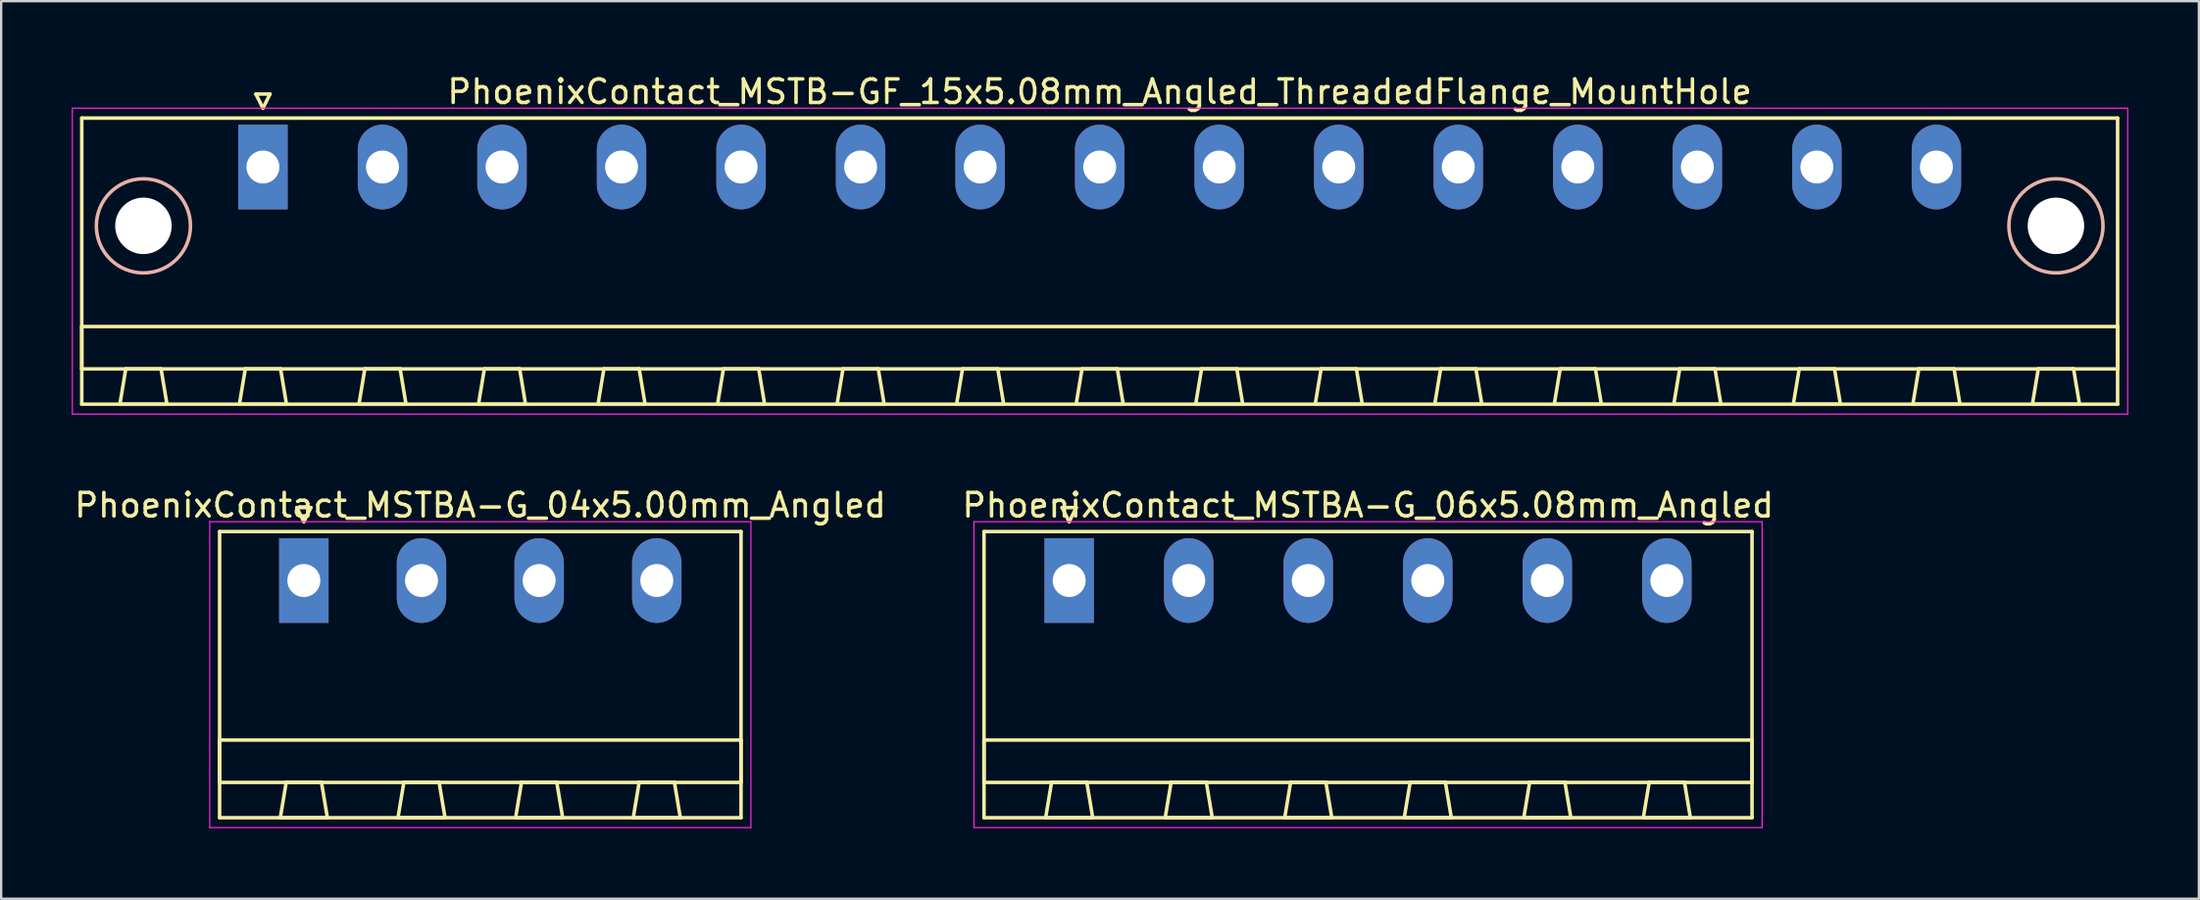
<source format=kicad_pcb>
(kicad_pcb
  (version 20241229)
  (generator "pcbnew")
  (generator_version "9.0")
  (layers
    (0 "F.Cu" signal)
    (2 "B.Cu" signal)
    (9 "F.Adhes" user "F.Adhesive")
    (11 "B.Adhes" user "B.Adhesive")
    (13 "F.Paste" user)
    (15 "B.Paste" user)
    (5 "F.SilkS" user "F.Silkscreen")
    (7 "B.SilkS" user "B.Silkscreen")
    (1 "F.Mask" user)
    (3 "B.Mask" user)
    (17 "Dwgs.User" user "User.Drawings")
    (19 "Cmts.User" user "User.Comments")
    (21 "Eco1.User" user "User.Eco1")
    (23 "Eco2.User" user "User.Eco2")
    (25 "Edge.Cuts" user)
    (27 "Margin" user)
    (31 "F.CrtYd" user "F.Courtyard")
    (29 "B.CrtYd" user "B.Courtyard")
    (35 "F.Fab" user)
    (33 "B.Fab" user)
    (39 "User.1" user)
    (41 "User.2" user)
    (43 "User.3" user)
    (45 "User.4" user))
  (footprint "PhoenixContact_MSTB-GF_15x5.08mm_Angled_ThreadedFlange_MountHole"
    (layer "F.Cu")
    (at 8.125 4.048)
    (property "Reference" "PhoenixContact_MSTB-GF_15x5.08mm_Angled_ThreadedFlange_MountHole" (at 35.56 -3.2 0) (layer "F.SilkS") (effects (font (size 1 1) (thickness 0.15))))
    (attr through_hole)
    (fp_line (start -7.7 -2.08) (end -7.7 10.08) (stroke (width 0.15) (type solid)) (layer "F.SilkS"))
    (fp_line (start -7.7 6.78) (end 78.82 6.78) (stroke (width 0.15) (type solid)) (layer "F.SilkS"))
    (fp_line (start -7.7 8.58) (end -7.7 6.78) (stroke (width 0.15) (type solid)) (layer "F.SilkS"))
    (fp_line (start -7.7 10.08) (end 78.82 10.08) (stroke (width 0.15) (type solid)) (layer "F.SilkS"))
    (fp_line (start -6.08 10.08) (end -4.08 10.08) (stroke (width 0.15) (type solid)) (layer "F.SilkS"))
    (fp_line (start -5.83 8.58) (end -6.08 10.08) (stroke (width 0.15) (type solid)) (layer "F.SilkS"))
    (fp_line (start -4.33 8.58) (end -5.83 8.58) (stroke (width 0.15) (type solid)) (layer "F.SilkS"))
    (fp_line (start -4.08 10.08) (end -4.33 8.58) (stroke (width 0.15) (type solid)) (layer "F.SilkS"))
    (fp_line (start -1 10.08) (end 1 10.08) (stroke (width 0.15) (type solid)) (layer "F.SilkS"))
    (fp_line (start -0.75 8.58) (end -1 10.08) (stroke (width 0.15) (type solid)) (layer "F.SilkS"))
    (fp_line (start -0.3 -3.1) (end 0 -2.5) (stroke (width 0.15) (type solid)) (layer "F.SilkS"))
    (fp_line (start 0 -2.5) (end 0.3 -3.1) (stroke (width 0.15) (type solid)) (layer "F.SilkS"))
    (fp_line (start 0.3 -3.1) (end -0.3 -3.1) (stroke (width 0.15) (type solid)) (layer "F.SilkS"))
    (fp_line (start 0.75 8.58) (end -0.75 8.58) (stroke (width 0.15) (type solid)) (layer "F.SilkS"))
    (fp_line (start 1 10.08) (end 0.75 8.58) (stroke (width 0.15) (type solid)) (layer "F.SilkS"))
    (fp_line (start 4.08 10.08) (end 6.08 10.08) (stroke (width 0.15) (type solid)) (layer "F.SilkS"))
    (fp_line (start 4.33 8.58) (end 4.08 10.08) (stroke (width 0.15) (type solid)) (layer "F.SilkS"))
    (fp_line (start 5.83 8.58) (end 4.33 8.58) (stroke (width 0.15) (type solid)) (layer "F.SilkS"))
    (fp_line (start 6.08 10.08) (end 5.83 8.58) (stroke (width 0.15) (type solid)) (layer "F.SilkS"))
    (fp_line (start 9.16 10.08) (end 11.16 10.08) (stroke (width 0.15) (type solid)) (layer "F.SilkS"))
    (fp_line (start 9.41 8.58) (end 9.16 10.08) (stroke (width 0.15) (type solid)) (layer "F.SilkS"))
    (fp_line (start 10.91 8.58) (end 9.41 8.58) (stroke (width 0.15) (type solid)) (layer "F.SilkS"))
    (fp_line (start 11.16 10.08) (end 10.91 8.58) (stroke (width 0.15) (type solid)) (layer "F.SilkS"))
    (fp_line (start 14.24 10.08) (end 16.24 10.08) (stroke (width 0.15) (type solid)) (layer "F.SilkS"))
    (fp_line (start 14.49 8.58) (end 14.24 10.08) (stroke (width 0.15) (type solid)) (layer "F.SilkS"))
    (fp_line (start 15.99 8.58) (end 14.49 8.58) (stroke (width 0.15) (type solid)) (layer "F.SilkS"))
    (fp_line (start 16.24 10.08) (end 15.99 8.58) (stroke (width 0.15) (type solid)) (layer "F.SilkS"))
    (fp_line (start 19.32 10.08) (end 21.32 10.08) (stroke (width 0.15) (type solid)) (layer "F.SilkS"))
    (fp_line (start 19.57 8.58) (end 19.32 10.08) (stroke (width 0.15) (type solid)) (layer "F.SilkS"))
    (fp_line (start 21.07 8.58) (end 19.57 8.58) (stroke (width 0.15) (type solid)) (layer "F.SilkS"))
    (fp_line (start 21.32 10.08) (end 21.07 8.58) (stroke (width 0.15) (type solid)) (layer "F.SilkS"))
    (fp_line (start 24.4 10.08) (end 26.4 10.08) (stroke (width 0.15) (type solid)) (layer "F.SilkS"))
    (fp_line (start 24.65 8.58) (end 24.4 10.08) (stroke (width 0.15) (type solid)) (layer "F.SilkS"))
    (fp_line (start 26.15 8.58) (end 24.65 8.58) (stroke (width 0.15) (type solid)) (layer "F.SilkS"))
    (fp_line (start 26.4 10.08) (end 26.15 8.58) (stroke (width 0.15) (type solid)) (layer "F.SilkS"))
    (fp_line (start 29.48 10.08) (end 31.48 10.08) (stroke (width 0.15) (type solid)) (layer "F.SilkS"))
    (fp_line (start 29.73 8.58) (end 29.48 10.08) (stroke (width 0.15) (type solid)) (layer "F.SilkS"))
    (fp_line (start 31.23 8.58) (end 29.73 8.58) (stroke (width 0.15) (type solid)) (layer "F.SilkS"))
    (fp_line (start 31.48 10.08) (end 31.23 8.58) (stroke (width 0.15) (type solid)) (layer "F.SilkS"))
    (fp_line (start 34.56 10.08) (end 36.56 10.08) (stroke (width 0.15) (type solid)) (layer "F.SilkS"))
    (fp_line (start 34.81 8.58) (end 34.56 10.08) (stroke (width 0.15) (type solid)) (layer "F.SilkS"))
    (fp_line (start 36.31 8.58) (end 34.81 8.58) (stroke (width 0.15) (type solid)) (layer "F.SilkS"))
    (fp_line (start 36.56 10.08) (end 36.31 8.58) (stroke (width 0.15) (type solid)) (layer "F.SilkS"))
    (fp_line (start 39.64 10.08) (end 41.64 10.08) (stroke (width 0.15) (type solid)) (layer "F.SilkS"))
    (fp_line (start 39.89 8.58) (end 39.64 10.08) (stroke (width 0.15) (type solid)) (layer "F.SilkS"))
    (fp_line (start 41.39 8.58) (end 39.89 8.58) (stroke (width 0.15) (type solid)) (layer "F.SilkS"))
    (fp_line (start 41.64 10.08) (end 41.39 8.58) (stroke (width 0.15) (type solid)) (layer "F.SilkS"))
    (fp_line (start 44.72 10.08) (end 46.72 10.08) (stroke (width 0.15) (type solid)) (layer "F.SilkS"))
    (fp_line (start 44.97 8.58) (end 44.72 10.08) (stroke (width 0.15) (type solid)) (layer "F.SilkS"))
    (fp_line (start 46.47 8.58) (end 44.97 8.58) (stroke (width 0.15) (type solid)) (layer "F.SilkS"))
    (fp_line (start 46.72 10.08) (end 46.47 8.58) (stroke (width 0.15) (type solid)) (layer "F.SilkS"))
    (fp_line (start 49.8 10.08) (end 51.8 10.08) (stroke (width 0.15) (type solid)) (layer "F.SilkS"))
    (fp_line (start 50.05 8.58) (end 49.8 10.08) (stroke (width 0.15) (type solid)) (layer "F.SilkS"))
    (fp_line (start 51.55 8.58) (end 50.05 8.58) (stroke (width 0.15) (type solid)) (layer "F.SilkS"))
    (fp_line (start 51.8 10.08) (end 51.55 8.58) (stroke (width 0.15) (type solid)) (layer "F.SilkS"))
    (fp_line (start 54.88 10.08) (end 56.88 10.08) (stroke (width 0.15) (type solid)) (layer "F.SilkS"))
    (fp_line (start 55.13 8.58) (end 54.88 10.08) (stroke (width 0.15) (type solid)) (layer "F.SilkS"))
    (fp_line (start 56.63 8.58) (end 55.13 8.58) (stroke (width 0.15) (type solid)) (layer "F.SilkS"))
    (fp_line (start 56.88 10.08) (end 56.63 8.58) (stroke (width 0.15) (type solid)) (layer "F.SilkS"))
    (fp_line (start 59.96 10.08) (end 61.96 10.08) (stroke (width 0.15) (type solid)) (layer "F.SilkS"))
    (fp_line (start 60.21 8.58) (end 59.96 10.08) (stroke (width 0.15) (type solid)) (layer "F.SilkS"))
    (fp_line (start 61.71 8.58) (end 60.21 8.58) (stroke (width 0.15) (type solid)) (layer "F.SilkS"))
    (fp_line (start 61.96 10.08) (end 61.71 8.58) (stroke (width 0.15) (type solid)) (layer "F.SilkS"))
    (fp_line (start 65.04 10.08) (end 67.04 10.08) (stroke (width 0.15) (type solid)) (layer "F.SilkS"))
    (fp_line (start 65.29 8.58) (end 65.04 10.08) (stroke (width 0.15) (type solid)) (layer "F.SilkS"))
    (fp_line (start 66.79 8.58) (end 65.29 8.58) (stroke (width 0.15) (type solid)) (layer "F.SilkS"))
    (fp_line (start 67.04 10.08) (end 66.79 8.58) (stroke (width 0.15) (type solid)) (layer "F.SilkS"))
    (fp_line (start 70.12 10.08) (end 72.12 10.08) (stroke (width 0.15) (type solid)) (layer "F.SilkS"))
    (fp_line (start 70.37 8.58) (end 70.12 10.08) (stroke (width 0.15) (type solid)) (layer "F.SilkS"))
    (fp_line (start 71.87 8.58) (end 70.37 8.58) (stroke (width 0.15) (type solid)) (layer "F.SilkS"))
    (fp_line (start 72.12 10.08) (end 71.87 8.58) (stroke (width 0.15) (type solid)) (layer "F.SilkS"))
    (fp_line (start 75.2 10.08) (end 77.2 10.08) (stroke (width 0.15) (type solid)) (layer "F.SilkS"))
    (fp_line (start 75.45 8.58) (end 75.2 10.08) (stroke (width 0.15) (type solid)) (layer "F.SilkS"))
    (fp_line (start 76.95 8.58) (end 75.45 8.58) (stroke (width 0.15) (type solid)) (layer "F.SilkS"))
    (fp_line (start 77.2 10.08) (end 76.95 8.58) (stroke (width 0.15) (type solid)) (layer "F.SilkS"))
    (fp_line (start 78.82 -2.08) (end -7.7 -2.08) (stroke (width 0.15) (type solid)) (layer "F.SilkS"))
    (fp_line (start 78.82 6.78) (end 78.82 8.58) (stroke (width 0.15) (type solid)) (layer "F.SilkS"))
    (fp_line (start 78.82 8.58) (end -7.7 8.58) (stroke (width 0.15) (type solid)) (layer "F.SilkS"))
    (fp_line (start 78.82 10.08) (end 78.82 -2.08) (stroke (width 0.15) (type solid)) (layer "F.SilkS"))
    (fp_circle (center -5.08 2.5) (end -3.08 2.5) (stroke (width 0.15) (type solid)) (fill no) (layer "B.SilkS"))
    (fp_circle (center 76.2 2.5) (end 78.2 2.5) (stroke (width 0.15) (type solid)) (fill no) (layer "B.SilkS"))
    (fp_line (start -8.1 -2.5) (end -8.1 10.5) (stroke (width 0.05) (type solid)) (layer "F.CrtYd"))
    (fp_line (start -8.1 10.5) (end 79.25 10.5) (stroke (width 0.05) (type solid)) (layer "F.CrtYd"))
    (fp_line (start 79.25 -2.5) (end -8.1 -2.5) (stroke (width 0.05) (type solid)) (layer "F.CrtYd"))
    (fp_line (start 79.25 10.5) (end 79.25 -2.5) (stroke (width 0.05) (type solid)) (layer "F.CrtYd"))
    (pad "" np_thru_hole circle (at -5.08 2.5) (size 2.4 2.4) (drill 2.4) (layers "*.Cu" "*.Mask"))
    (pad "" np_thru_hole circle (at 76.2 2.5) (size 2.4 2.4) (drill 2.4) (layers "*.Cu" "*.Mask"))
    (pad "1" thru_hole rect (at 0 0) (size 2.1 3.6) (drill 1.4) (layers "*.Cu" "*.Mask"))
    (pad "2" thru_hole oval (at 5.08 0) (size 2.1 3.6) (drill 1.4) (layers "*.Cu" "*.Mask"))
    (pad "3" thru_hole oval (at 10.16 0) (size 2.1 3.6) (drill 1.4) (layers "*.Cu" "*.Mask"))
    (pad "4" thru_hole oval (at 15.24 0) (size 2.1 3.6) (drill 1.4) (layers "*.Cu" "*.Mask"))
    (pad "5" thru_hole oval (at 20.32 0) (size 2.1 3.6) (drill 1.4) (layers "*.Cu" "*.Mask"))
    (pad "6" thru_hole oval (at 25.4 0) (size 2.1 3.6) (drill 1.4) (layers "*.Cu" "*.Mask"))
    (pad "7" thru_hole oval (at 30.48 0) (size 2.1 3.6) (drill 1.4) (layers "*.Cu" "*.Mask"))
    (pad "8" thru_hole oval (at 35.56 0) (size 2.1 3.6) (drill 1.4) (layers "*.Cu" "*.Mask"))
    (pad "9" thru_hole oval (at 40.64 0) (size 2.1 3.6) (drill 1.4) (layers "*.Cu" "*.Mask"))
    (pad "10" thru_hole oval (at 45.72 0) (size 2.1 3.6) (drill 1.4) (layers "*.Cu" "*.Mask"))
    (pad "11" thru_hole oval (at 50.8 0) (size 2.1 3.6) (drill 1.4) (layers "*.Cu" "*.Mask"))
    (pad "12" thru_hole oval (at 55.88 0) (size 2.1 3.6) (drill 1.4) (layers "*.Cu" "*.Mask"))
    (pad "13" thru_hole oval (at 60.96 0) (size 2.1 3.6) (drill 1.4) (layers "*.Cu" "*.Mask"))
    (pad "14" thru_hole oval (at 66.04 0) (size 2.1 3.6) (drill 1.4) (layers "*.Cu" "*.Mask"))
    (pad "15" thru_hole oval (at 71.12 0) (size 2.1 3.6) (drill 1.4) (layers "*.Cu" "*.Mask")))
  (footprint "PhoenixContact_MSTBA-G_04x5.00mm_Angled"
    (layer "F.Cu")
    (at 9.863 21.622)
    (property "Reference" "PhoenixContact_MSTBA-G_04x5.00mm_Angled" (at 7.5 -3.2 0) (layer "F.SilkS") (effects (font (size 1 1) (thickness 0.15))))
    (attr through_hole)
    (fp_line (start -3.58 -2.08) (end -3.58 10.08) (stroke (width 0.15) (type solid)) (layer "F.SilkS"))
    (fp_line (start -3.58 6.78) (end 18.58 6.78) (stroke (width 0.15) (type solid)) (layer "F.SilkS"))
    (fp_line (start -3.58 8.58) (end -3.58 6.78) (stroke (width 0.15) (type solid)) (layer "F.SilkS"))
    (fp_line (start -3.58 10.08) (end 18.58 10.08) (stroke (width 0.15) (type solid)) (layer "F.SilkS"))
    (fp_line (start -1 10.08) (end 1 10.08) (stroke (width 0.15) (type solid)) (layer "F.SilkS"))
    (fp_line (start -0.75 8.58) (end -1 10.08) (stroke (width 0.15) (type solid)) (layer "F.SilkS"))
    (fp_line (start -0.3 -3.1) (end 0 -2.5) (stroke (width 0.15) (type solid)) (layer "F.SilkS"))
    (fp_line (start 0 -2.5) (end 0.3 -3.1) (stroke (width 0.15) (type solid)) (layer "F.SilkS"))
    (fp_line (start 0.3 -3.1) (end -0.3 -3.1) (stroke (width 0.15) (type solid)) (layer "F.SilkS"))
    (fp_line (start 0.75 8.58) (end -0.75 8.58) (stroke (width 0.15) (type solid)) (layer "F.SilkS"))
    (fp_line (start 1 10.08) (end 0.75 8.58) (stroke (width 0.15) (type solid)) (layer "F.SilkS"))
    (fp_line (start 4 10.08) (end 6 10.08) (stroke (width 0.15) (type solid)) (layer "F.SilkS"))
    (fp_line (start 4.25 8.58) (end 4 10.08) (stroke (width 0.15) (type solid)) (layer "F.SilkS"))
    (fp_line (start 5.75 8.58) (end 4.25 8.58) (stroke (width 0.15) (type solid)) (layer "F.SilkS"))
    (fp_line (start 6 10.08) (end 5.75 8.58) (stroke (width 0.15) (type solid)) (layer "F.SilkS"))
    (fp_line (start 9 10.08) (end 11 10.08) (stroke (width 0.15) (type solid)) (layer "F.SilkS"))
    (fp_line (start 9.25 8.58) (end 9 10.08) (stroke (width 0.15) (type solid)) (layer "F.SilkS"))
    (fp_line (start 10.75 8.58) (end 9.25 8.58) (stroke (width 0.15) (type solid)) (layer "F.SilkS"))
    (fp_line (start 11 10.08) (end 10.75 8.58) (stroke (width 0.15) (type solid)) (layer "F.SilkS"))
    (fp_line (start 14 10.08) (end 16 10.08) (stroke (width 0.15) (type solid)) (layer "F.SilkS"))
    (fp_line (start 14.25 8.58) (end 14 10.08) (stroke (width 0.15) (type solid)) (layer "F.SilkS"))
    (fp_line (start 15.75 8.58) (end 14.25 8.58) (stroke (width 0.15) (type solid)) (layer "F.SilkS"))
    (fp_line (start 16 10.08) (end 15.75 8.58) (stroke (width 0.15) (type solid)) (layer "F.SilkS"))
    (fp_line (start 18.58 -2.08) (end -3.58 -2.08) (stroke (width 0.15) (type solid)) (layer "F.SilkS"))
    (fp_line (start 18.58 6.78) (end 18.58 8.58) (stroke (width 0.15) (type solid)) (layer "F.SilkS"))
    (fp_line (start 18.58 8.58) (end -3.58 8.58) (stroke (width 0.15) (type solid)) (layer "F.SilkS"))
    (fp_line (start 18.58 10.08) (end 18.58 -2.08) (stroke (width 0.15) (type solid)) (layer "F.SilkS"))
    (fp_line (start -4 -2.5) (end -4 10.5) (stroke (width 0.05) (type solid)) (layer "F.CrtYd"))
    (fp_line (start -4 10.5) (end 19 10.5) (stroke (width 0.05) (type solid)) (layer "F.CrtYd"))
    (fp_line (start 19 -2.5) (end -4 -2.5) (stroke (width 0.05) (type solid)) (layer "F.CrtYd"))
    (fp_line (start 19 10.5) (end 19 -2.5) (stroke (width 0.05) (type solid)) (layer "F.CrtYd"))
    (pad "1" thru_hole rect (at 0 0) (size 2.1 3.6) (drill 1.4) (layers "*.Cu" "*.Mask"))
    (pad "2" thru_hole oval (at 5 0) (size 2.1 3.6) (drill 1.4) (layers "*.Cu" "*.Mask"))
    (pad "3" thru_hole oval (at 10 0) (size 2.1 3.6) (drill 1.4) (layers "*.Cu" "*.Mask"))
    (pad "4" thru_hole oval (at 15 0) (size 2.1 3.6) (drill 1.4) (layers "*.Cu" "*.Mask")))
  (footprint "PhoenixContact_MSTBA-G_06x5.08mm_Angled"
    (layer "F.Cu")
    (at 42.389 21.622)
    (property "Reference" "PhoenixContact_MSTBA-G_06x5.08mm_Angled" (at 12.7 -3.2 0) (layer "F.SilkS") (effects (font (size 1 1) (thickness 0.15))))
    (attr through_hole)
    (fp_line (start -3.62 -2.08) (end -3.62 10.08) (stroke (width 0.15) (type solid)) (layer "F.SilkS"))
    (fp_line (start -3.62 6.78) (end 29.02 6.78) (stroke (width 0.15) (type solid)) (layer "F.SilkS"))
    (fp_line (start -3.62 8.58) (end -3.62 6.78) (stroke (width 0.15) (type solid)) (layer "F.SilkS"))
    (fp_line (start -3.62 10.08) (end 29.02 10.08) (stroke (width 0.15) (type solid)) (layer "F.SilkS"))
    (fp_line (start -1 10.08) (end 1 10.08) (stroke (width 0.15) (type solid)) (layer "F.SilkS"))
    (fp_line (start -0.75 8.58) (end -1 10.08) (stroke (width 0.15) (type solid)) (layer "F.SilkS"))
    (fp_line (start -0.3 -3.1) (end 0 -2.5) (stroke (width 0.15) (type solid)) (layer "F.SilkS"))
    (fp_line (start 0 -2.5) (end 0.3 -3.1) (stroke (width 0.15) (type solid)) (layer "F.SilkS"))
    (fp_line (start 0.3 -3.1) (end -0.3 -3.1) (stroke (width 0.15) (type solid)) (layer "F.SilkS"))
    (fp_line (start 0.75 8.58) (end -0.75 8.58) (stroke (width 0.15) (type solid)) (layer "F.SilkS"))
    (fp_line (start 1 10.08) (end 0.75 8.58) (stroke (width 0.15) (type solid)) (layer "F.SilkS"))
    (fp_line (start 4.08 10.08) (end 6.08 10.08) (stroke (width 0.15) (type solid)) (layer "F.SilkS"))
    (fp_line (start 4.33 8.58) (end 4.08 10.08) (stroke (width 0.15) (type solid)) (layer "F.SilkS"))
    (fp_line (start 5.83 8.58) (end 4.33 8.58) (stroke (width 0.15) (type solid)) (layer "F.SilkS"))
    (fp_line (start 6.08 10.08) (end 5.83 8.58) (stroke (width 0.15) (type solid)) (layer "F.SilkS"))
    (fp_line (start 9.16 10.08) (end 11.16 10.08) (stroke (width 0.15) (type solid)) (layer "F.SilkS"))
    (fp_line (start 9.41 8.58) (end 9.16 10.08) (stroke (width 0.15) (type solid)) (layer "F.SilkS"))
    (fp_line (start 10.91 8.58) (end 9.41 8.58) (stroke (width 0.15) (type solid)) (layer "F.SilkS"))
    (fp_line (start 11.16 10.08) (end 10.91 8.58) (stroke (width 0.15) (type solid)) (layer "F.SilkS"))
    (fp_line (start 14.24 10.08) (end 16.24 10.08) (stroke (width 0.15) (type solid)) (layer "F.SilkS"))
    (fp_line (start 14.49 8.58) (end 14.24 10.08) (stroke (width 0.15) (type solid)) (layer "F.SilkS"))
    (fp_line (start 15.99 8.58) (end 14.49 8.58) (stroke (width 0.15) (type solid)) (layer "F.SilkS"))
    (fp_line (start 16.24 10.08) (end 15.99 8.58) (stroke (width 0.15) (type solid)) (layer "F.SilkS"))
    (fp_line (start 19.32 10.08) (end 21.32 10.08) (stroke (width 0.15) (type solid)) (layer "F.SilkS"))
    (fp_line (start 19.57 8.58) (end 19.32 10.08) (stroke (width 0.15) (type solid)) (layer "F.SilkS"))
    (fp_line (start 21.07 8.58) (end 19.57 8.58) (stroke (width 0.15) (type solid)) (layer "F.SilkS"))
    (fp_line (start 21.32 10.08) (end 21.07 8.58) (stroke (width 0.15) (type solid)) (layer "F.SilkS"))
    (fp_line (start 24.4 10.08) (end 26.4 10.08) (stroke (width 0.15) (type solid)) (layer "F.SilkS"))
    (fp_line (start 24.65 8.58) (end 24.4 10.08) (stroke (width 0.15) (type solid)) (layer "F.SilkS"))
    (fp_line (start 26.15 8.58) (end 24.65 8.58) (stroke (width 0.15) (type solid)) (layer "F.SilkS"))
    (fp_line (start 26.4 10.08) (end 26.15 8.58) (stroke (width 0.15) (type solid)) (layer "F.SilkS"))
    (fp_line (start 29.02 -2.08) (end -3.62 -2.08) (stroke (width 0.15) (type solid)) (layer "F.SilkS"))
    (fp_line (start 29.02 6.78) (end 29.02 8.58) (stroke (width 0.15) (type solid)) (layer "F.SilkS"))
    (fp_line (start 29.02 8.58) (end -3.62 8.58) (stroke (width 0.15) (type solid)) (layer "F.SilkS"))
    (fp_line (start 29.02 10.08) (end 29.02 -2.08) (stroke (width 0.15) (type solid)) (layer "F.SilkS"))
    (fp_line (start -4.05 -2.5) (end -4.05 10.5) (stroke (width 0.05) (type solid)) (layer "F.CrtYd"))
    (fp_line (start -4.05 10.5) (end 29.45 10.5) (stroke (width 0.05) (type solid)) (layer "F.CrtYd"))
    (fp_line (start 29.45 -2.5) (end -4.05 -2.5) (stroke (width 0.05) (type solid)) (layer "F.CrtYd"))
    (fp_line (start 29.45 10.5) (end 29.45 -2.5) (stroke (width 0.05) (type solid)) (layer "F.CrtYd"))
    (pad "1" thru_hole rect (at 0 0) (size 2.1 3.6) (drill 1.4) (layers "*.Cu" "*.Mask"))
    (pad "2" thru_hole oval (at 5.08 0) (size 2.1 3.6) (drill 1.4) (layers "*.Cu" "*.Mask"))
    (pad "3" thru_hole oval (at 10.16 0) (size 2.1 3.6) (drill 1.4) (layers "*.Cu" "*.Mask"))
    (pad "4" thru_hole oval (at 15.24 0) (size 2.1 3.6) (drill 1.4) (layers "*.Cu" "*.Mask"))
    (pad "5" thru_hole oval (at 20.32 0) (size 2.1 3.6) (drill 1.4) (layers "*.Cu" "*.Mask"))
    (pad "6" thru_hole oval (at 25.4 0) (size 2.1 3.6) (drill 1.4) (layers "*.Cu" "*.Mask")))
  (gr_rect
    (start -3 -3)
    (end 90.4 35.147)
    (stroke (width 0.1) (type default))
    (fill no)
    (layer "Edge.Cuts")))
</source>
